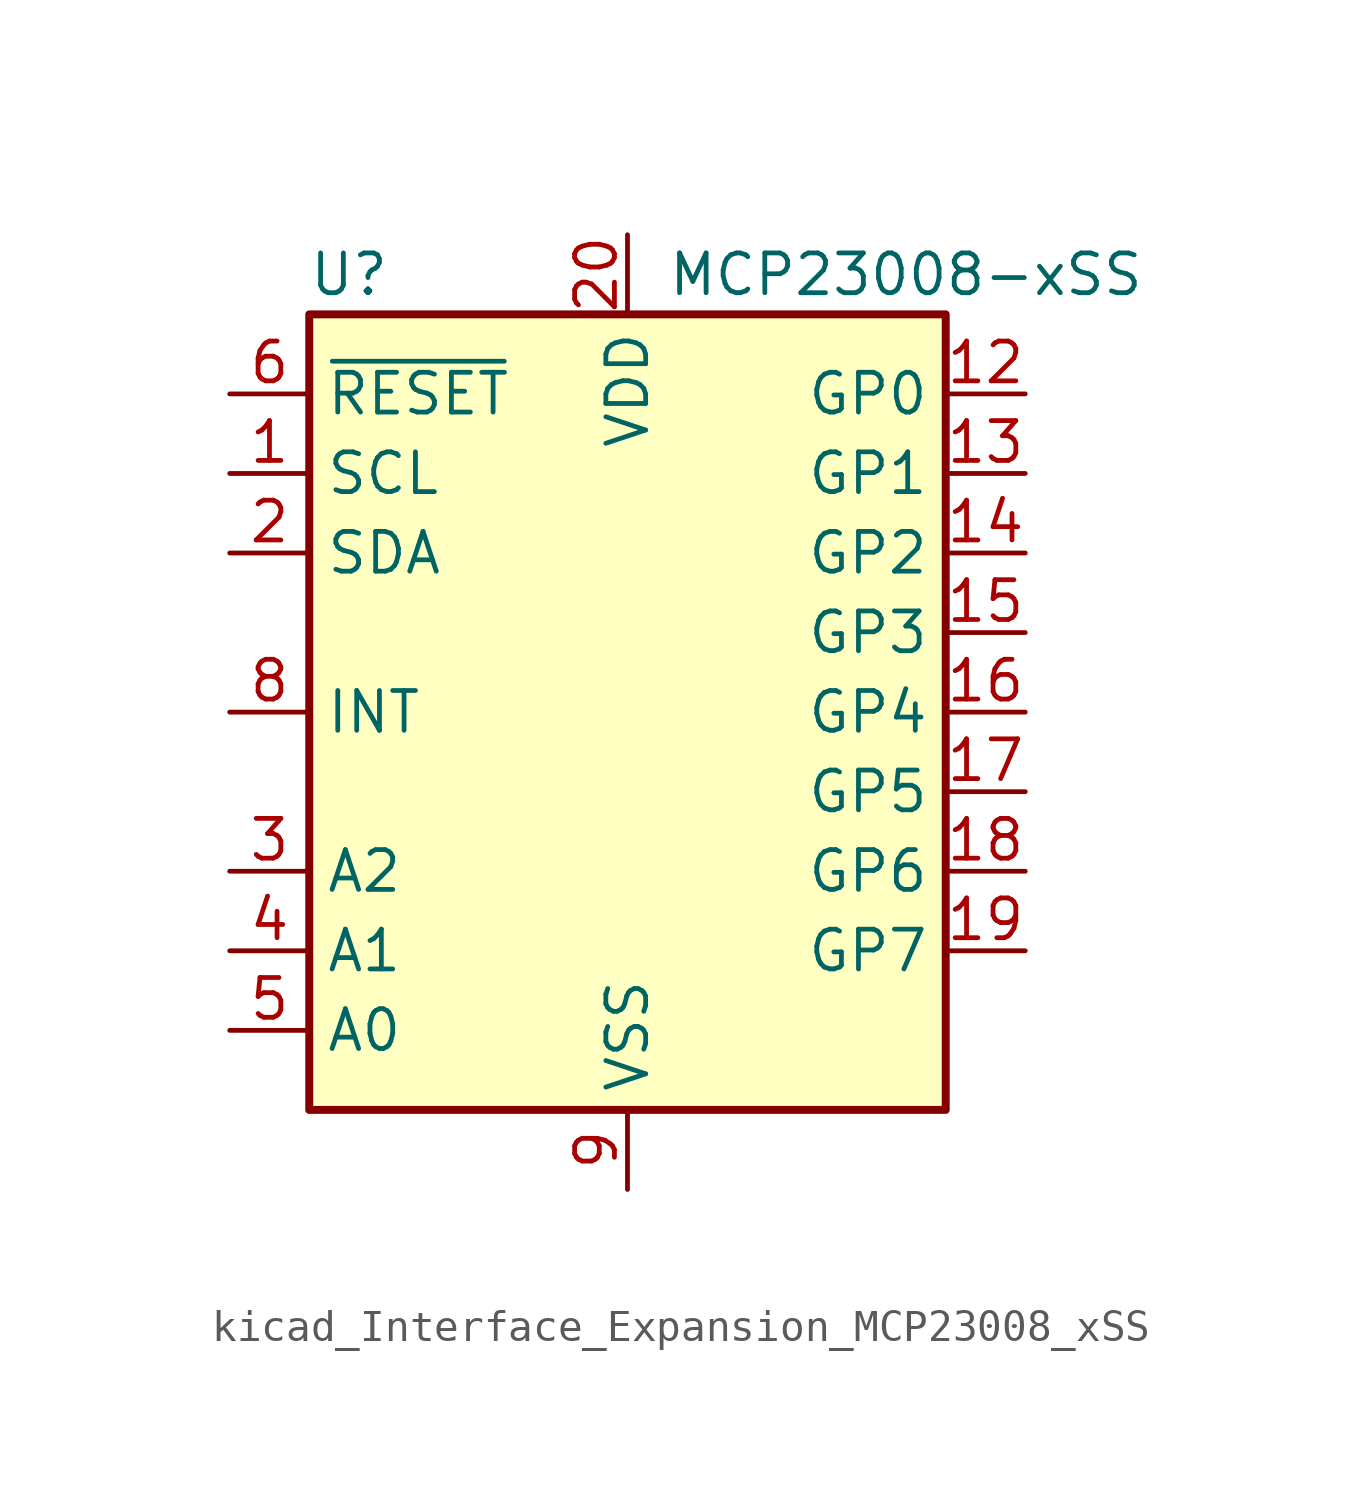
<source format=kicad_sym>
(kicad_symbol_lib
  (version 20220914)
  (generator kicad_symbol_editor)
  (symbol "kicad_Interface_Expansion_MCP23008_xSS"
    (property "Reference" "U"
      (at -8.89 13.97 0)
      (effects (font (size 1.27 1.27))))
    (property "Value" "MCP23008-xSS"
      (at 8.89 13.97 0)
      (effects (font (size 1.27 1.27))))
    (symbol "kicad_Interface_Expansion_MCP23008_xSS_0_1"
      (rectangle (start -10.16 12.7) (end 10.16 -12.7) (stroke (width 0.254) (type default)) (fill (type background))))
    (symbol "kicad_Interface_Expansion_MCP23008_xSS_1_1"
      (pin input line (at -12.7 7.62 0) (length 2.54) (name "SCL" (effects (font (size 1.27 1.27)))) (number "1" (effects (font (size 1.27 1.27)))))
      (pin no_connect line (at -10.16 -2.54 0) (length 2.54) hide (name "NC" (effects (font (size 1.27 1.27)))) (number "10" (effects (font (size 1.27 1.27)))))
      (pin no_connect line (at 10.16 -10.16 180) (length 2.54) hide (name "NC" (effects (font (size 1.27 1.27)))) (number "11" (effects (font (size 1.27 1.27)))))
      (pin bidirectional line (at 12.7 10.16 180) (length 2.54) (name "GP0" (effects (font (size 1.27 1.27)))) (number "12" (effects (font (size 1.27 1.27)))))
      (pin bidirectional line (at 12.7 7.62 180) (length 2.54) (name "GP1" (effects (font (size 1.27 1.27)))) (number "13" (effects (font (size 1.27 1.27)))))
      (pin bidirectional line (at 12.7 5.08 180) (length 2.54) (name "GP2" (effects (font (size 1.27 1.27)))) (number "14" (effects (font (size 1.27 1.27)))))
      (pin bidirectional line (at 12.7 2.54 180) (length 2.54) (name "GP3" (effects (font (size 1.27 1.27)))) (number "15" (effects (font (size 1.27 1.27)))))
      (pin bidirectional line (at 12.7 0 180) (length 2.54) (name "GP4" (effects (font (size 1.27 1.27)))) (number "16" (effects (font (size 1.27 1.27)))))
      (pin bidirectional line (at 12.7 -2.54 180) (length 2.54) (name "GP5" (effects (font (size 1.27 1.27)))) (number "17" (effects (font (size 1.27 1.27)))))
      (pin bidirectional line (at 12.7 -5.08 180) (length 2.54) (name "GP6" (effects (font (size 1.27 1.27)))) (number "18" (effects (font (size 1.27 1.27)))))
      (pin bidirectional line (at 12.7 -7.62 180) (length 2.54) (name "GP7" (effects (font (size 1.27 1.27)))) (number "19" (effects (font (size 1.27 1.27)))))
      (pin bidirectional line (at -12.7 5.08 0) (length 2.54) (name "SDA" (effects (font (size 1.27 1.27)))) (number "2" (effects (font (size 1.27 1.27)))))
      (pin power_in line (at 0 15.24 270) (length 2.54) (name "VDD" (effects (font (size 1.27 1.27)))) (number "20" (effects (font (size 1.27 1.27)))))
      (pin input line (at -12.7 -5.08 0) (length 2.54) (name "A2" (effects (font (size 1.27 1.27)))) (number "3" (effects (font (size 1.27 1.27)))))
      (pin input line (at -12.7 -7.62 0) (length 2.54) (name "A1" (effects (font (size 1.27 1.27)))) (number "4" (effects (font (size 1.27 1.27)))))
      (pin input line (at -12.7 -10.16 0) (length 2.54) (name "A0" (effects (font (size 1.27 1.27)))) (number "5" (effects (font (size 1.27 1.27)))))
      (pin input line (at -12.7 10.16 0) (length 2.54) (name "~{RESET}" (effects (font (size 1.27 1.27)))) (number "6" (effects (font (size 1.27 1.27)))))
      (pin no_connect line (at -10.16 2.54 0) (length 2.54) hide (name "NC" (effects (font (size 1.27 1.27)))) (number "7" (effects (font (size 1.27 1.27)))))
      (pin output line (at -12.7 0 0) (length 2.54) (name "INT" (effects (font (size 1.27 1.27)))) (number "8" (effects (font (size 1.27 1.27)))) (alternate "INT" open_collector line))
      (pin power_in line (at 0 -15.24 90) (length 2.54) (name "VSS" (effects (font (size 1.27 1.27)))) (number "9" (effects (font (size 1.27 1.27))))))))
</source>
